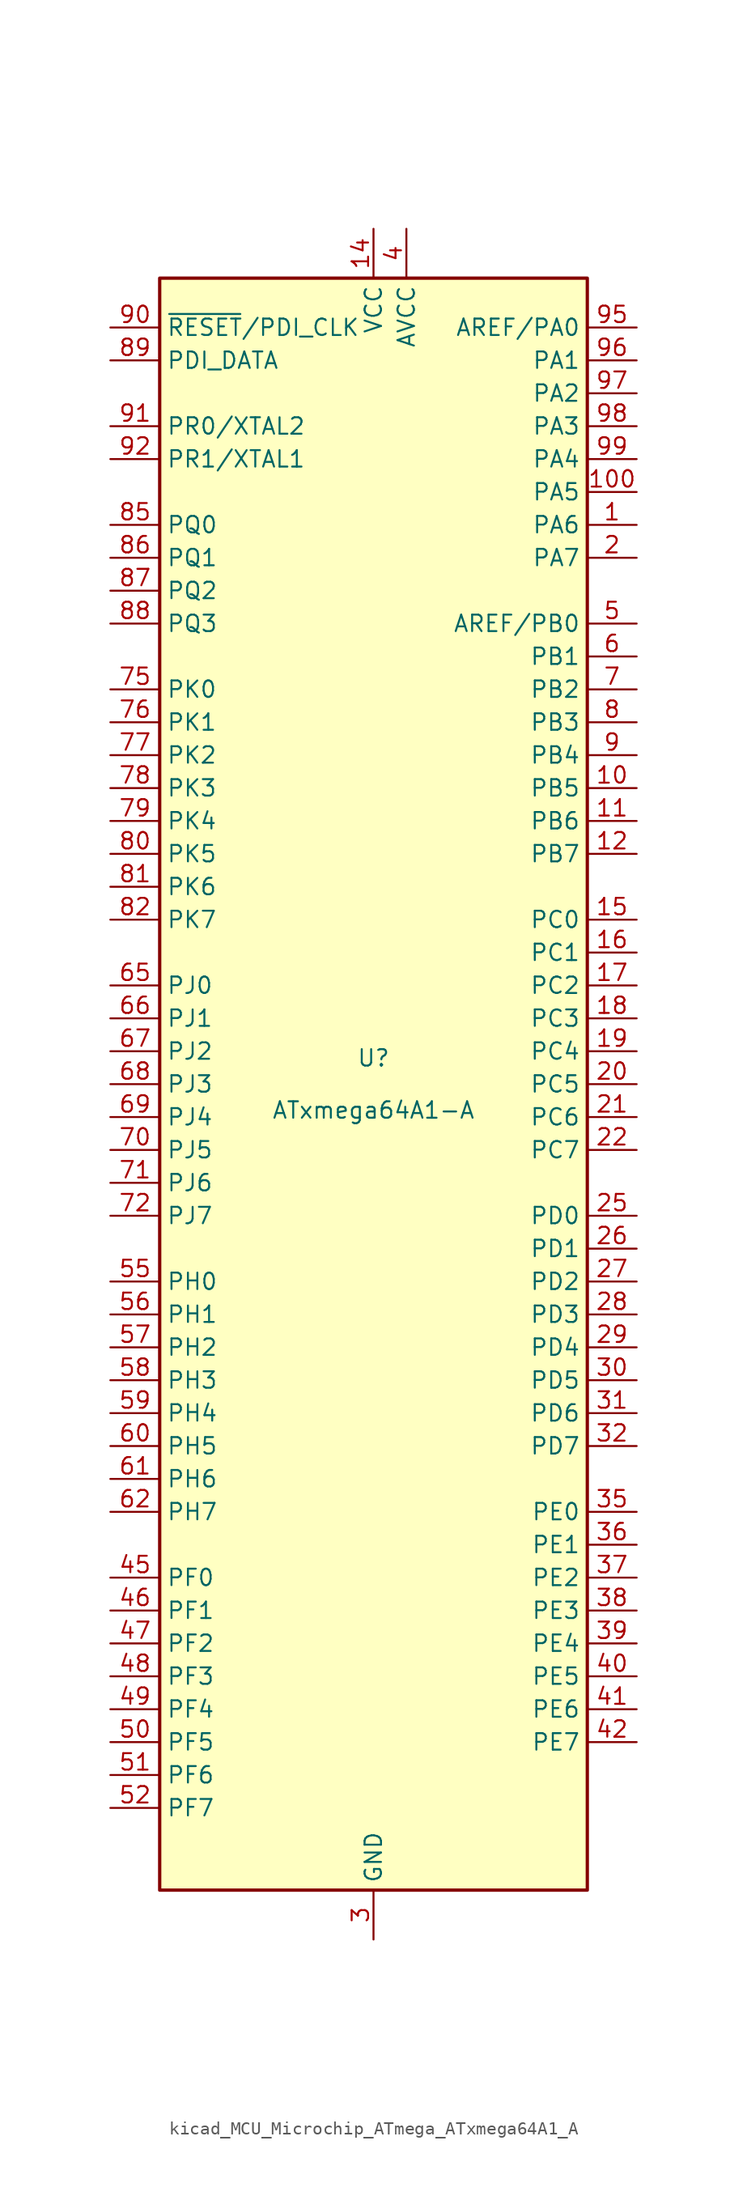
<source format=kicad_sym>
(kicad_symbol_lib
  (version 20220914)
  (generator kicad_symbol_editor)
  (symbol "kicad_MCU_Microchip_ATmega_ATxmega64A1_A"
    (property "Reference" "U"
      (at 0 1.27 0)
      (effects (font (size 1.27 1.27)) (justify bottom)))
    (property "Value" "ATxmega64A1-A"
      (at 0 -1.27 0)
      (effects (font (size 1.27 1.27)) (justify top)))
    (symbol "kicad_MCU_Microchip_ATmega_ATxmega64A1_A_0_1"
      (rectangle (start -16.51 -62.23) (end 16.51 62.23) (stroke (width 0.254) (type default)) (fill (type background))))
    (symbol "kicad_MCU_Microchip_ATmega_ATxmega64A1_A_1_1"
      (pin bidirectional line (at 20.32 43.18 180) (length 3.81) (name "PA6" (effects (font (size 1.27 1.27)))) (number "1" (effects (font (size 1.27 1.27)))))
      (pin bidirectional line (at 20.32 22.86 180) (length 3.81) (name "PB5" (effects (font (size 1.27 1.27)))) (number "10" (effects (font (size 1.27 1.27)))))
      (pin bidirectional line (at 20.32 45.72 180) (length 3.81) (name "PA5" (effects (font (size 1.27 1.27)))) (number "100" (effects (font (size 1.27 1.27)))))
      (pin bidirectional line (at 20.32 20.32 180) (length 3.81) (name "PB6" (effects (font (size 1.27 1.27)))) (number "11" (effects (font (size 1.27 1.27)))))
      (pin bidirectional line (at 20.32 17.78 180) (length 3.81) (name "PB7" (effects (font (size 1.27 1.27)))) (number "12" (effects (font (size 1.27 1.27)))))
      (pin passive line (at 0 -66.04 90) (length 3.81) hide (name "GND" (effects (font (size 1.27 1.27)))) (number "13" (effects (font (size 1.27 1.27)))))
      (pin power_in line (at 0 66.04 270) (length 3.81) (name "VCC" (effects (font (size 1.27 1.27)))) (number "14" (effects (font (size 1.27 1.27)))))
      (pin bidirectional line (at 20.32 12.7 180) (length 3.81) (name "PC0" (effects (font (size 1.27 1.27)))) (number "15" (effects (font (size 1.27 1.27)))))
      (pin bidirectional line (at 20.32 10.16 180) (length 3.81) (name "PC1" (effects (font (size 1.27 1.27)))) (number "16" (effects (font (size 1.27 1.27)))))
      (pin bidirectional line (at 20.32 7.62 180) (length 3.81) (name "PC2" (effects (font (size 1.27 1.27)))) (number "17" (effects (font (size 1.27 1.27)))))
      (pin bidirectional line (at 20.32 5.08 180) (length 3.81) (name "PC3" (effects (font (size 1.27 1.27)))) (number "18" (effects (font (size 1.27 1.27)))))
      (pin bidirectional line (at 20.32 2.54 180) (length 3.81) (name "PC4" (effects (font (size 1.27 1.27)))) (number "19" (effects (font (size 1.27 1.27)))))
      (pin bidirectional line (at 20.32 40.64 180) (length 3.81) (name "PA7" (effects (font (size 1.27 1.27)))) (number "2" (effects (font (size 1.27 1.27)))))
      (pin bidirectional line (at 20.32 0 180) (length 3.81) (name "PC5" (effects (font (size 1.27 1.27)))) (number "20" (effects (font (size 1.27 1.27)))))
      (pin bidirectional line (at 20.32 -2.54 180) (length 3.81) (name "PC6" (effects (font (size 1.27 1.27)))) (number "21" (effects (font (size 1.27 1.27)))))
      (pin bidirectional line (at 20.32 -5.08 180) (length 3.81) (name "PC7" (effects (font (size 1.27 1.27)))) (number "22" (effects (font (size 1.27 1.27)))))
      (pin passive line (at 0 -66.04 90) (length 3.81) hide (name "GND" (effects (font (size 1.27 1.27)))) (number "23" (effects (font (size 1.27 1.27)))))
      (pin passive line (at 0 66.04 270) (length 3.81) hide (name "VCC" (effects (font (size 1.27 1.27)))) (number "24" (effects (font (size 1.27 1.27)))))
      (pin bidirectional line (at 20.32 -10.16 180) (length 3.81) (name "PD0" (effects (font (size 1.27 1.27)))) (number "25" (effects (font (size 1.27 1.27)))))
      (pin bidirectional line (at 20.32 -12.7 180) (length 3.81) (name "PD1" (effects (font (size 1.27 1.27)))) (number "26" (effects (font (size 1.27 1.27)))))
      (pin bidirectional line (at 20.32 -15.24 180) (length 3.81) (name "PD2" (effects (font (size 1.27 1.27)))) (number "27" (effects (font (size 1.27 1.27)))))
      (pin bidirectional line (at 20.32 -17.78 180) (length 3.81) (name "PD3" (effects (font (size 1.27 1.27)))) (number "28" (effects (font (size 1.27 1.27)))))
      (pin bidirectional line (at 20.32 -20.32 180) (length 3.81) (name "PD4" (effects (font (size 1.27 1.27)))) (number "29" (effects (font (size 1.27 1.27)))))
      (pin power_in line (at 0 -66.04 90) (length 3.81) (name "GND" (effects (font (size 1.27 1.27)))) (number "3" (effects (font (size 1.27 1.27)))))
      (pin bidirectional line (at 20.32 -22.86 180) (length 3.81) (name "PD5" (effects (font (size 1.27 1.27)))) (number "30" (effects (font (size 1.27 1.27)))))
      (pin bidirectional line (at 20.32 -25.4 180) (length 3.81) (name "PD6" (effects (font (size 1.27 1.27)))) (number "31" (effects (font (size 1.27 1.27)))))
      (pin bidirectional line (at 20.32 -27.94 180) (length 3.81) (name "PD7" (effects (font (size 1.27 1.27)))) (number "32" (effects (font (size 1.27 1.27)))))
      (pin passive line (at 0 -66.04 90) (length 3.81) hide (name "GND" (effects (font (size 1.27 1.27)))) (number "33" (effects (font (size 1.27 1.27)))))
      (pin passive line (at 0 66.04 270) (length 3.81) hide (name "VCC" (effects (font (size 1.27 1.27)))) (number "34" (effects (font (size 1.27 1.27)))))
      (pin bidirectional line (at 20.32 -33.02 180) (length 3.81) (name "PE0" (effects (font (size 1.27 1.27)))) (number "35" (effects (font (size 1.27 1.27)))))
      (pin bidirectional line (at 20.32 -35.56 180) (length 3.81) (name "PE1" (effects (font (size 1.27 1.27)))) (number "36" (effects (font (size 1.27 1.27)))))
      (pin bidirectional line (at 20.32 -38.1 180) (length 3.81) (name "PE2" (effects (font (size 1.27 1.27)))) (number "37" (effects (font (size 1.27 1.27)))))
      (pin bidirectional line (at 20.32 -40.64 180) (length 3.81) (name "PE3" (effects (font (size 1.27 1.27)))) (number "38" (effects (font (size 1.27 1.27)))))
      (pin bidirectional line (at 20.32 -43.18 180) (length 3.81) (name "PE4" (effects (font (size 1.27 1.27)))) (number "39" (effects (font (size 1.27 1.27)))))
      (pin power_in line (at 2.54 66.04 270) (length 3.81) (name "AVCC" (effects (font (size 1.27 1.27)))) (number "4" (effects (font (size 1.27 1.27)))))
      (pin bidirectional line (at 20.32 -45.72 180) (length 3.81) (name "PE5" (effects (font (size 1.27 1.27)))) (number "40" (effects (font (size 1.27 1.27)))))
      (pin bidirectional line (at 20.32 -48.26 180) (length 3.81) (name "PE6" (effects (font (size 1.27 1.27)))) (number "41" (effects (font (size 1.27 1.27)))))
      (pin bidirectional line (at 20.32 -50.8 180) (length 3.81) (name "PE7" (effects (font (size 1.27 1.27)))) (number "42" (effects (font (size 1.27 1.27)))))
      (pin passive line (at 0 -66.04 90) (length 3.81) hide (name "GND" (effects (font (size 1.27 1.27)))) (number "43" (effects (font (size 1.27 1.27)))))
      (pin passive line (at 0 66.04 270) (length 3.81) hide (name "VCC" (effects (font (size 1.27 1.27)))) (number "44" (effects (font (size 1.27 1.27)))))
      (pin bidirectional line (at -20.32 -38.1 0) (length 3.81) (name "PF0" (effects (font (size 1.27 1.27)))) (number "45" (effects (font (size 1.27 1.27)))))
      (pin bidirectional line (at -20.32 -40.64 0) (length 3.81) (name "PF1" (effects (font (size 1.27 1.27)))) (number "46" (effects (font (size 1.27 1.27)))))
      (pin bidirectional line (at -20.32 -43.18 0) (length 3.81) (name "PF2" (effects (font (size 1.27 1.27)))) (number "47" (effects (font (size 1.27 1.27)))))
      (pin bidirectional line (at -20.32 -45.72 0) (length 3.81) (name "PF3" (effects (font (size 1.27 1.27)))) (number "48" (effects (font (size 1.27 1.27)))))
      (pin bidirectional line (at -20.32 -48.26 0) (length 3.81) (name "PF4" (effects (font (size 1.27 1.27)))) (number "49" (effects (font (size 1.27 1.27)))))
      (pin bidirectional line (at 20.32 35.56 180) (length 3.81) (name "AREF/PB0" (effects (font (size 1.27 1.27)))) (number "5" (effects (font (size 1.27 1.27)))))
      (pin bidirectional line (at -20.32 -50.8 0) (length 3.81) (name "PF5" (effects (font (size 1.27 1.27)))) (number "50" (effects (font (size 1.27 1.27)))))
      (pin bidirectional line (at -20.32 -53.34 0) (length 3.81) (name "PF6" (effects (font (size 1.27 1.27)))) (number "51" (effects (font (size 1.27 1.27)))))
      (pin bidirectional line (at -20.32 -55.88 0) (length 3.81) (name "PF7" (effects (font (size 1.27 1.27)))) (number "52" (effects (font (size 1.27 1.27)))))
      (pin passive line (at 0 -66.04 90) (length 3.81) hide (name "GND" (effects (font (size 1.27 1.27)))) (number "53" (effects (font (size 1.27 1.27)))))
      (pin passive line (at 0 66.04 270) (length 3.81) hide (name "VCC" (effects (font (size 1.27 1.27)))) (number "54" (effects (font (size 1.27 1.27)))))
      (pin bidirectional line (at -20.32 -15.24 0) (length 3.81) (name "PH0" (effects (font (size 1.27 1.27)))) (number "55" (effects (font (size 1.27 1.27)))))
      (pin bidirectional line (at -20.32 -17.78 0) (length 3.81) (name "PH1" (effects (font (size 1.27 1.27)))) (number "56" (effects (font (size 1.27 1.27)))))
      (pin bidirectional line (at -20.32 -20.32 0) (length 3.81) (name "PH2" (effects (font (size 1.27 1.27)))) (number "57" (effects (font (size 1.27 1.27)))))
      (pin bidirectional line (at -20.32 -22.86 0) (length 3.81) (name "PH3" (effects (font (size 1.27 1.27)))) (number "58" (effects (font (size 1.27 1.27)))))
      (pin bidirectional line (at -20.32 -25.4 0) (length 3.81) (name "PH4" (effects (font (size 1.27 1.27)))) (number "59" (effects (font (size 1.27 1.27)))))
      (pin bidirectional line (at 20.32 33.02 180) (length 3.81) (name "PB1" (effects (font (size 1.27 1.27)))) (number "6" (effects (font (size 1.27 1.27)))))
      (pin bidirectional line (at -20.32 -27.94 0) (length 3.81) (name "PH5" (effects (font (size 1.27 1.27)))) (number "60" (effects (font (size 1.27 1.27)))))
      (pin bidirectional line (at -20.32 -30.48 0) (length 3.81) (name "PH6" (effects (font (size 1.27 1.27)))) (number "61" (effects (font (size 1.27 1.27)))))
      (pin bidirectional line (at -20.32 -33.02 0) (length 3.81) (name "PH7" (effects (font (size 1.27 1.27)))) (number "62" (effects (font (size 1.27 1.27)))))
      (pin passive line (at 0 -66.04 90) (length 3.81) hide (name "GND" (effects (font (size 1.27 1.27)))) (number "63" (effects (font (size 1.27 1.27)))))
      (pin passive line (at 0 66.04 270) (length 3.81) hide (name "VCC" (effects (font (size 1.27 1.27)))) (number "64" (effects (font (size 1.27 1.27)))))
      (pin bidirectional line (at -20.32 7.62 0) (length 3.81) (name "PJ0" (effects (font (size 1.27 1.27)))) (number "65" (effects (font (size 1.27 1.27)))))
      (pin bidirectional line (at -20.32 5.08 0) (length 3.81) (name "PJ1" (effects (font (size 1.27 1.27)))) (number "66" (effects (font (size 1.27 1.27)))))
      (pin bidirectional line (at -20.32 2.54 0) (length 3.81) (name "PJ2" (effects (font (size 1.27 1.27)))) (number "67" (effects (font (size 1.27 1.27)))))
      (pin bidirectional line (at -20.32 0 0) (length 3.81) (name "PJ3" (effects (font (size 1.27 1.27)))) (number "68" (effects (font (size 1.27 1.27)))))
      (pin bidirectional line (at -20.32 -2.54 0) (length 3.81) (name "PJ4" (effects (font (size 1.27 1.27)))) (number "69" (effects (font (size 1.27 1.27)))))
      (pin bidirectional line (at 20.32 30.48 180) (length 3.81) (name "PB2" (effects (font (size 1.27 1.27)))) (number "7" (effects (font (size 1.27 1.27)))))
      (pin bidirectional line (at -20.32 -5.08 0) (length 3.81) (name "PJ5" (effects (font (size 1.27 1.27)))) (number "70" (effects (font (size 1.27 1.27)))))
      (pin bidirectional line (at -20.32 -7.62 0) (length 3.81) (name "PJ6" (effects (font (size 1.27 1.27)))) (number "71" (effects (font (size 1.27 1.27)))))
      (pin bidirectional line (at -20.32 -10.16 0) (length 3.81) (name "PJ7" (effects (font (size 1.27 1.27)))) (number "72" (effects (font (size 1.27 1.27)))))
      (pin passive line (at 0 -66.04 90) (length 3.81) hide (name "GND" (effects (font (size 1.27 1.27)))) (number "73" (effects (font (size 1.27 1.27)))))
      (pin passive line (at 0 66.04 270) (length 3.81) hide (name "VCC" (effects (font (size 1.27 1.27)))) (number "74" (effects (font (size 1.27 1.27)))))
      (pin bidirectional line (at -20.32 30.48 0) (length 3.81) (name "PK0" (effects (font (size 1.27 1.27)))) (number "75" (effects (font (size 1.27 1.27)))))
      (pin bidirectional line (at -20.32 27.94 0) (length 3.81) (name "PK1" (effects (font (size 1.27 1.27)))) (number "76" (effects (font (size 1.27 1.27)))))
      (pin bidirectional line (at -20.32 25.4 0) (length 3.81) (name "PK2" (effects (font (size 1.27 1.27)))) (number "77" (effects (font (size 1.27 1.27)))))
      (pin bidirectional line (at -20.32 22.86 0) (length 3.81) (name "PK3" (effects (font (size 1.27 1.27)))) (number "78" (effects (font (size 1.27 1.27)))))
      (pin bidirectional line (at -20.32 20.32 0) (length 3.81) (name "PK4" (effects (font (size 1.27 1.27)))) (number "79" (effects (font (size 1.27 1.27)))))
      (pin bidirectional line (at 20.32 27.94 180) (length 3.81) (name "PB3" (effects (font (size 1.27 1.27)))) (number "8" (effects (font (size 1.27 1.27)))))
      (pin bidirectional line (at -20.32 17.78 0) (length 3.81) (name "PK5" (effects (font (size 1.27 1.27)))) (number "80" (effects (font (size 1.27 1.27)))))
      (pin bidirectional line (at -20.32 15.24 0) (length 3.81) (name "PK6" (effects (font (size 1.27 1.27)))) (number "81" (effects (font (size 1.27 1.27)))))
      (pin bidirectional line (at -20.32 12.7 0) (length 3.81) (name "PK7" (effects (font (size 1.27 1.27)))) (number "82" (effects (font (size 1.27 1.27)))))
      (pin passive line (at 0 66.04 270) (length 3.81) hide (name "VCC" (effects (font (size 1.27 1.27)))) (number "83" (effects (font (size 1.27 1.27)))))
      (pin passive line (at 0 -66.04 90) (length 3.81) hide (name "GND" (effects (font (size 1.27 1.27)))) (number "84" (effects (font (size 1.27 1.27)))))
      (pin bidirectional line (at -20.32 43.18 0) (length 3.81) (name "PQ0" (effects (font (size 1.27 1.27)))) (number "85" (effects (font (size 1.27 1.27)))))
      (pin bidirectional line (at -20.32 40.64 0) (length 3.81) (name "PQ1" (effects (font (size 1.27 1.27)))) (number "86" (effects (font (size 1.27 1.27)))))
      (pin bidirectional line (at -20.32 38.1 0) (length 3.81) (name "PQ2" (effects (font (size 1.27 1.27)))) (number "87" (effects (font (size 1.27 1.27)))))
      (pin bidirectional line (at -20.32 35.56 0) (length 3.81) (name "PQ3" (effects (font (size 1.27 1.27)))) (number "88" (effects (font (size 1.27 1.27)))))
      (pin bidirectional line (at -20.32 55.88 0) (length 3.81) (name "PDI_DATA" (effects (font (size 1.27 1.27)))) (number "89" (effects (font (size 1.27 1.27)))))
      (pin bidirectional line (at 20.32 25.4 180) (length 3.81) (name "PB4" (effects (font (size 1.27 1.27)))) (number "9" (effects (font (size 1.27 1.27)))))
      (pin input line (at -20.32 58.42 0) (length 3.81) (name "~{RESET}/PDI_CLK" (effects (font (size 1.27 1.27)))) (number "90" (effects (font (size 1.27 1.27)))))
      (pin bidirectional line (at -20.32 50.8 0) (length 3.81) (name "PR0/XTAL2" (effects (font (size 1.27 1.27)))) (number "91" (effects (font (size 1.27 1.27)))))
      (pin bidirectional line (at -20.32 48.26 0) (length 3.81) (name "PR1/XTAL1" (effects (font (size 1.27 1.27)))) (number "92" (effects (font (size 1.27 1.27)))))
      (pin passive line (at 0 -66.04 90) (length 3.81) hide (name "GND" (effects (font (size 1.27 1.27)))) (number "93" (effects (font (size 1.27 1.27)))))
      (pin passive line (at 2.54 66.04 270) (length 3.81) hide (name "AVCC" (effects (font (size 1.27 1.27)))) (number "94" (effects (font (size 1.27 1.27)))))
      (pin bidirectional line (at 20.32 58.42 180) (length 3.81) (name "AREF/PA0" (effects (font (size 1.27 1.27)))) (number "95" (effects (font (size 1.27 1.27)))))
      (pin bidirectional line (at 20.32 55.88 180) (length 3.81) (name "PA1" (effects (font (size 1.27 1.27)))) (number "96" (effects (font (size 1.27 1.27)))))
      (pin bidirectional line (at 20.32 53.34 180) (length 3.81) (name "PA2" (effects (font (size 1.27 1.27)))) (number "97" (effects (font (size 1.27 1.27)))))
      (pin bidirectional line (at 20.32 50.8 180) (length 3.81) (name "PA3" (effects (font (size 1.27 1.27)))) (number "98" (effects (font (size 1.27 1.27)))))
      (pin bidirectional line (at 20.32 48.26 180) (length 3.81) (name "PA4" (effects (font (size 1.27 1.27)))) (number "99" (effects (font (size 1.27 1.27))))))))
</source>
